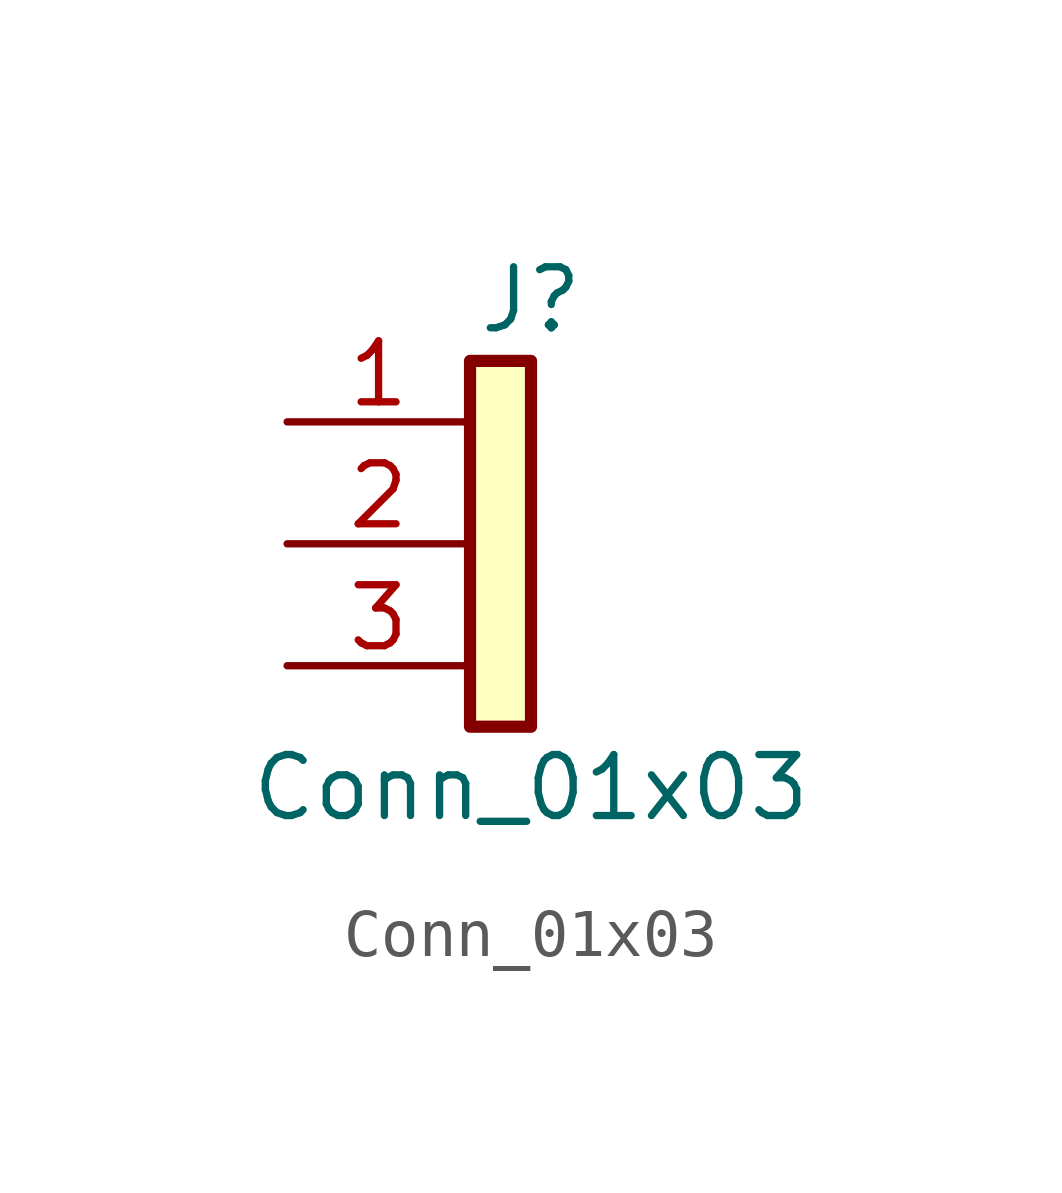
<source format=kicad_sym>
(kicad_symbol_lib
  (version 20241209)
  (generator "kicad_symbol_editor")
  (generator_version "9.0")
  (symbol "Conn_01x03"
    (pin_names
      (offset 1.016)
      (hide yes))
    (property "Reference" "J"
      (at 0 5.08 0)
      (effects (font (size 1.27 1.27))))
    (property "Value" "Conn_01x03"
      (at 0 -5.08 0)
      (effects (font (size 1.27 1.27))))
    (symbol "Conn_01x03_1_1"
      (rectangle (start -1.27 3.81) (end 0 -3.81) (stroke (width 0.254) (type default)) (fill (type background)))
      (pin passive line (at -5.08 2.54 0) (length 3.81) (name "Pin_1" (effects (font (size 1.27 1.27)))) (number "1" (effects (font (size 1.27 1.27)))))
      (pin passive line (at -5.08 0 0) (length 3.81) (name "Pin_2" (effects (font (size 1.27 1.27)))) (number "2" (effects (font (size 1.27 1.27)))))
      (pin passive line (at -5.08 -2.54 0) (length 3.81) (name "Pin_3" (effects (font (size 1.27 1.27)))) (number "3" (effects (font (size 1.27 1.27))))))))
</source>
